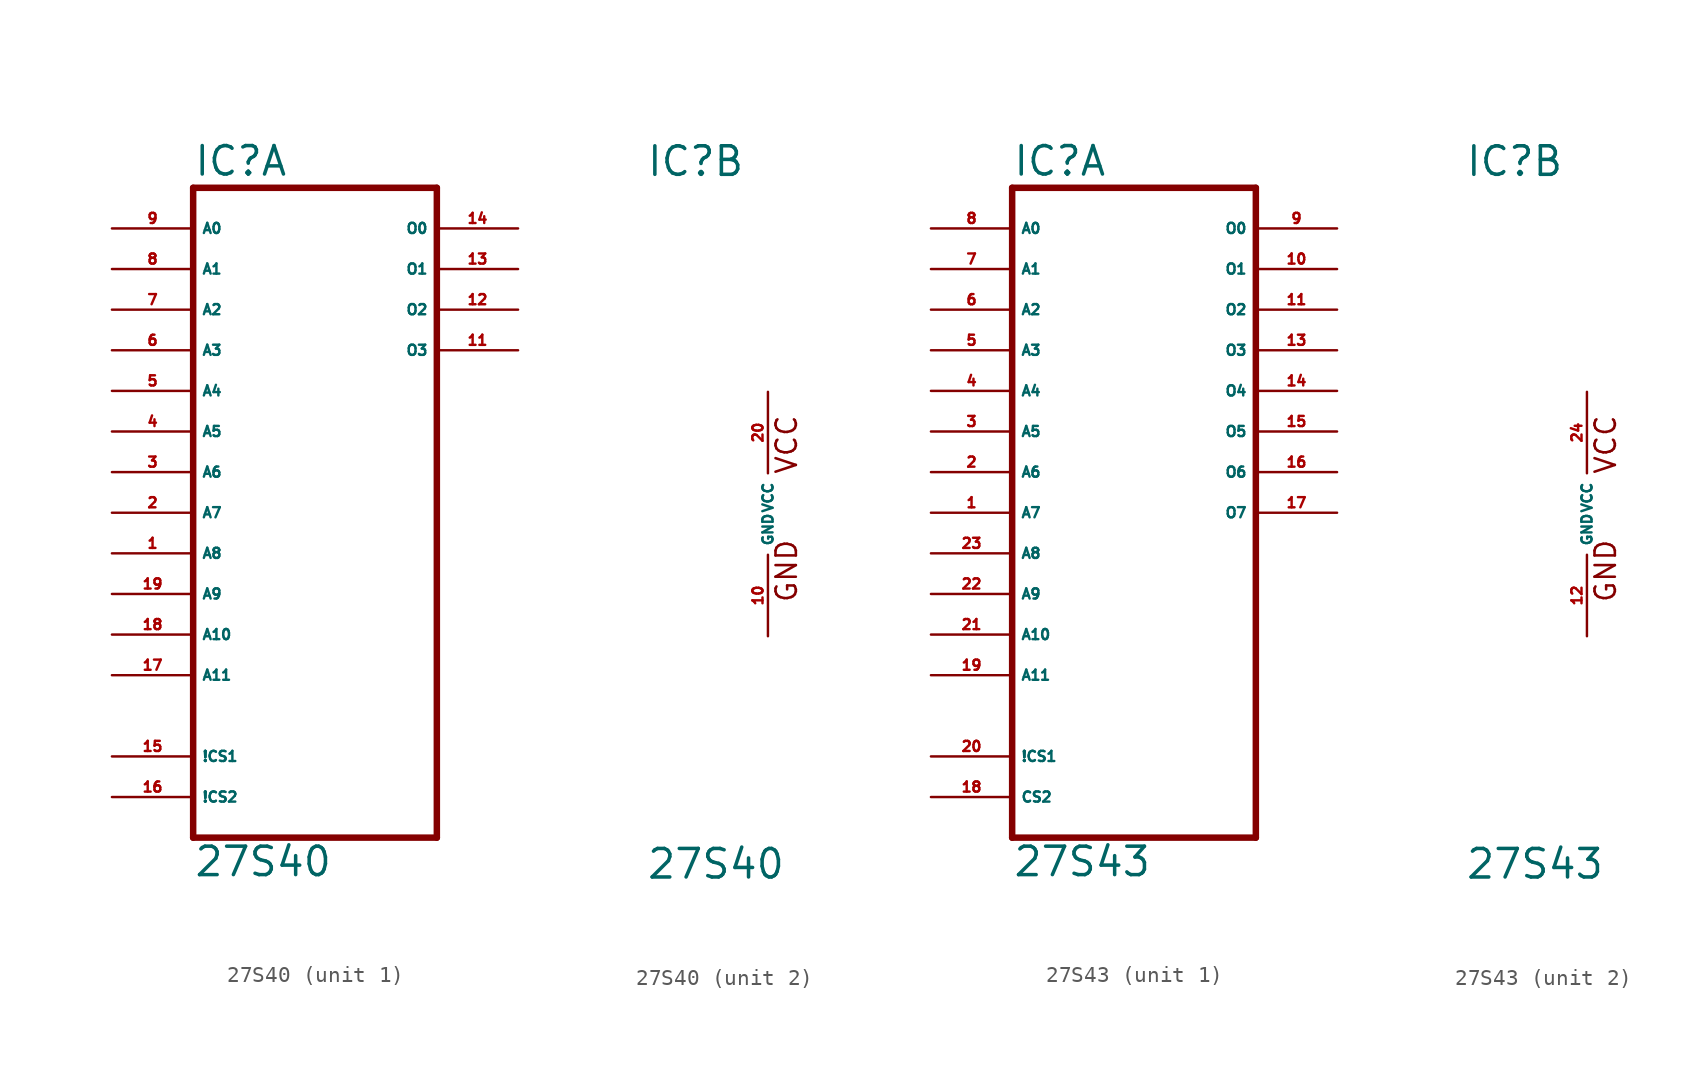
<source format=kicad_sym>
(kicad_symbol_lib
  (version 20220914)
  (generator Eagle2Kicad)
  (symbol "27S40"
    (property "Reference" "IC"
      (at -7.62 20.955 0)
      (effects (font (size 1.778 1.778) (thickness 0.22)) (justify left bottom)))
    (property "Value" "27S40"
      (at -7.62 -22.86 0)
      (effects (font (size 1.778 1.778) (thickness 0.22)) (justify left bottom)))
    (symbol "27S40_1_0"
      (polyline (pts (xy -7.62 -20.32) (xy 7.62 -20.32)) (stroke (width 0.406) (type default)) (fill (type none)))
      (polyline (pts (xy 7.62 -20.32) (xy 7.62 20.32)) (stroke (width 0.406) (type default)) (fill (type none)))
      (polyline (pts (xy 7.62 20.32) (xy -7.62 20.32)) (stroke (width 0.406) (type default)) (fill (type none)))
      (polyline (pts (xy -7.62 20.32) (xy -7.62 -20.32)) (stroke (width 0.406) (type default)) (fill (type none)))
      (pin input line (at -12.7 -2.54 0) (length 5.08) (name "A8" (effects (font (size 0.635 0.635) (thickness 0.08)) (justify left bottom))) (number "1" (effects (font (size 0.635 0.635) (thickness 0.08)) (justify left bottom))))
      (pin input line (at -12.7 0 0) (length 5.08) (name "A7" (effects (font (size 0.635 0.635) (thickness 0.08)) (justify left bottom))) (number "2" (effects (font (size 0.635 0.635) (thickness 0.08)) (justify left bottom))))
      (pin input line (at -12.7 2.54 0) (length 5.08) (name "A6" (effects (font (size 0.635 0.635) (thickness 0.08)) (justify left bottom))) (number "3" (effects (font (size 0.635 0.635) (thickness 0.08)) (justify left bottom))))
      (pin input line (at -12.7 5.08 0) (length 5.08) (name "A5" (effects (font (size 0.635 0.635) (thickness 0.08)) (justify left bottom))) (number "4" (effects (font (size 0.635 0.635) (thickness 0.08)) (justify left bottom))))
      (pin input line (at -12.7 7.62 0) (length 5.08) (name "A4" (effects (font (size 0.635 0.635) (thickness 0.08)) (justify left bottom))) (number "5" (effects (font (size 0.635 0.635) (thickness 0.08)) (justify left bottom))))
      (pin input line (at -12.7 10.16 0) (length 5.08) (name "A3" (effects (font (size 0.635 0.635) (thickness 0.08)) (justify left bottom))) (number "6" (effects (font (size 0.635 0.635) (thickness 0.08)) (justify left bottom))))
      (pin input line (at -12.7 12.7 0) (length 5.08) (name "A2" (effects (font (size 0.635 0.635) (thickness 0.08)) (justify left bottom))) (number "7" (effects (font (size 0.635 0.635) (thickness 0.08)) (justify left bottom))))
      (pin input line (at -12.7 15.24 0) (length 5.08) (name "A1" (effects (font (size 0.635 0.635) (thickness 0.08)) (justify left bottom))) (number "8" (effects (font (size 0.635 0.635) (thickness 0.08)) (justify left bottom))))
      (pin input line (at -12.7 17.78 0) (length 5.08) (name "A0" (effects (font (size 0.635 0.635) (thickness 0.08)) (justify left bottom))) (number "9" (effects (font (size 0.635 0.635) (thickness 0.08)) (justify left bottom))))
      (pin open_collector line (at 12.7 10.16 180) (length 5.08) (name "O3" (effects (font (size 0.635 0.635) (thickness 0.08)) (justify left bottom))) (number "11" (effects (font (size 0.635 0.635) (thickness 0.08)) (justify left bottom))))
      (pin open_collector line (at 12.7 12.7 180) (length 5.08) (name "O2" (effects (font (size 0.635 0.635) (thickness 0.08)) (justify left bottom))) (number "12" (effects (font (size 0.635 0.635) (thickness 0.08)) (justify left bottom))))
      (pin open_collector line (at 12.7 15.24 180) (length 5.08) (name "O1" (effects (font (size 0.635 0.635) (thickness 0.08)) (justify left bottom))) (number "13" (effects (font (size 0.635 0.635) (thickness 0.08)) (justify left bottom))))
      (pin open_collector line (at 12.7 17.78 180) (length 5.08) (name "O0" (effects (font (size 0.635 0.635) (thickness 0.08)) (justify left bottom))) (number "14" (effects (font (size 0.635 0.635) (thickness 0.08)) (justify left bottom))))
      (pin input line (at -12.7 -15.24 0) (length 5.08) (name "!CS1" (effects (font (size 0.635 0.635) (thickness 0.08)) (justify left bottom))) (number "15" (effects (font (size 0.635 0.635) (thickness 0.08)) (justify left bottom))))
      (pin input line (at -12.7 -17.78 0) (length 5.08) (name "!CS2" (effects (font (size 0.635 0.635) (thickness 0.08)) (justify left bottom))) (number "16" (effects (font (size 0.635 0.635) (thickness 0.08)) (justify left bottom))))
      (pin input line (at -12.7 -10.16 0) (length 5.08) (name "A11" (effects (font (size 0.635 0.635) (thickness 0.08)) (justify left bottom))) (number "17" (effects (font (size 0.635 0.635) (thickness 0.08)) (justify left bottom))))
      (pin input line (at -12.7 -7.62 0) (length 5.08) (name "A10" (effects (font (size 0.635 0.635) (thickness 0.08)) (justify left bottom))) (number "18" (effects (font (size 0.635 0.635) (thickness 0.08)) (justify left bottom))))
      (pin input line (at -12.7 -5.08 0) (length 5.08) (name "A9" (effects (font (size 0.635 0.635) (thickness 0.08)) (justify left bottom))) (number "19" (effects (font (size 0.635 0.635) (thickness 0.08)) (justify left bottom)))))
    (symbol "27S40_2_0"
      (text "GND" (at 1.905 -5.588 900) (effects (font (size 1.27 1.27) (thickness 0.16)) (justify left bottom)))
      (text "VCC" (at 1.905 2.413 900) (effects (font (size 1.27 1.27) (thickness 0.16)) (justify left bottom)))
      (pin unspecified line (at 0 -7.62 90) (length 5.08) (name "GND" (effects (font (size 0.635 0.635) (thickness 0.08)) (justify left bottom))) (number "10" (effects (font (size 0.635 0.635) (thickness 0.08)) (justify left bottom))))
      (pin unspecified line (at 0 7.62 270) (length 5.08) (name "VCC" (effects (font (size 0.635 0.635) (thickness 0.08)) (justify left bottom))) (number "20" (effects (font (size 0.635 0.635) (thickness 0.08)) (justify left bottom))))))
  (symbol "27S43"
    (property "Reference" "IC"
      (at -7.62 20.955 0)
      (effects (font (size 1.778 1.778) (thickness 0.22)) (justify left bottom)))
    (property "Value" "27S43"
      (at -7.62 -22.86 0)
      (effects (font (size 1.778 1.778) (thickness 0.22)) (justify left bottom)))
    (symbol "27S43_1_0"
      (polyline (pts (xy -7.62 -20.32) (xy 7.62 -20.32)) (stroke (width 0.406) (type default)) (fill (type none)))
      (polyline (pts (xy 7.62 -20.32) (xy 7.62 20.32)) (stroke (width 0.406) (type default)) (fill (type none)))
      (polyline (pts (xy 7.62 20.32) (xy -7.62 20.32)) (stroke (width 0.406) (type default)) (fill (type none)))
      (polyline (pts (xy -7.62 20.32) (xy -7.62 -20.32)) (stroke (width 0.406) (type default)) (fill (type none)))
      (pin input line (at -12.7 0 0) (length 5.08) (name "A7" (effects (font (size 0.635 0.635) (thickness 0.08)) (justify left bottom))) (number "1" (effects (font (size 0.635 0.635) (thickness 0.08)) (justify left bottom))))
      (pin input line (at -12.7 2.54 0) (length 5.08) (name "A6" (effects (font (size 0.635 0.635) (thickness 0.08)) (justify left bottom))) (number "2" (effects (font (size 0.635 0.635) (thickness 0.08)) (justify left bottom))))
      (pin input line (at -12.7 5.08 0) (length 5.08) (name "A5" (effects (font (size 0.635 0.635) (thickness 0.08)) (justify left bottom))) (number "3" (effects (font (size 0.635 0.635) (thickness 0.08)) (justify left bottom))))
      (pin input line (at -12.7 7.62 0) (length 5.08) (name "A4" (effects (font (size 0.635 0.635) (thickness 0.08)) (justify left bottom))) (number "4" (effects (font (size 0.635 0.635) (thickness 0.08)) (justify left bottom))))
      (pin input line (at -12.7 10.16 0) (length 5.08) (name "A3" (effects (font (size 0.635 0.635) (thickness 0.08)) (justify left bottom))) (number "5" (effects (font (size 0.635 0.635) (thickness 0.08)) (justify left bottom))))
      (pin input line (at -12.7 12.7 0) (length 5.08) (name "A2" (effects (font (size 0.635 0.635) (thickness 0.08)) (justify left bottom))) (number "6" (effects (font (size 0.635 0.635) (thickness 0.08)) (justify left bottom))))
      (pin input line (at -12.7 15.24 0) (length 5.08) (name "A1" (effects (font (size 0.635 0.635) (thickness 0.08)) (justify left bottom))) (number "7" (effects (font (size 0.635 0.635) (thickness 0.08)) (justify left bottom))))
      (pin input line (at -12.7 17.78 0) (length 5.08) (name "A0" (effects (font (size 0.635 0.635) (thickness 0.08)) (justify left bottom))) (number "8" (effects (font (size 0.635 0.635) (thickness 0.08)) (justify left bottom))))
      (pin tri_state line (at 12.7 17.78 180) (length 5.08) (name "O0" (effects (font (size 0.635 0.635) (thickness 0.08)) (justify left bottom))) (number "9" (effects (font (size 0.635 0.635) (thickness 0.08)) (justify left bottom))))
      (pin tri_state line (at 12.7 15.24 180) (length 5.08) (name "O1" (effects (font (size 0.635 0.635) (thickness 0.08)) (justify left bottom))) (number "10" (effects (font (size 0.635 0.635) (thickness 0.08)) (justify left bottom))))
      (pin tri_state line (at 12.7 12.7 180) (length 5.08) (name "O2" (effects (font (size 0.635 0.635) (thickness 0.08)) (justify left bottom))) (number "11" (effects (font (size 0.635 0.635) (thickness 0.08)) (justify left bottom))))
      (pin tri_state line (at 12.7 10.16 180) (length 5.08) (name "O3" (effects (font (size 0.635 0.635) (thickness 0.08)) (justify left bottom))) (number "13" (effects (font (size 0.635 0.635) (thickness 0.08)) (justify left bottom))))
      (pin tri_state line (at 12.7 7.62 180) (length 5.08) (name "O4" (effects (font (size 0.635 0.635) (thickness 0.08)) (justify left bottom))) (number "14" (effects (font (size 0.635 0.635) (thickness 0.08)) (justify left bottom))))
      (pin tri_state line (at 12.7 5.08 180) (length 5.08) (name "O5" (effects (font (size 0.635 0.635) (thickness 0.08)) (justify left bottom))) (number "15" (effects (font (size 0.635 0.635) (thickness 0.08)) (justify left bottom))))
      (pin tri_state line (at 12.7 2.54 180) (length 5.08) (name "O6" (effects (font (size 0.635 0.635) (thickness 0.08)) (justify left bottom))) (number "16" (effects (font (size 0.635 0.635) (thickness 0.08)) (justify left bottom))))
      (pin tri_state line (at 12.7 0 180) (length 5.08) (name "O7" (effects (font (size 0.635 0.635) (thickness 0.08)) (justify left bottom))) (number "17" (effects (font (size 0.635 0.635) (thickness 0.08)) (justify left bottom))))
      (pin input line (at -12.7 -17.78 0) (length 5.08) (name "CS2" (effects (font (size 0.635 0.635) (thickness 0.08)) (justify left bottom))) (number "18" (effects (font (size 0.635 0.635) (thickness 0.08)) (justify left bottom))))
      (pin input line (at -12.7 -10.16 0) (length 5.08) (name "A11" (effects (font (size 0.635 0.635) (thickness 0.08)) (justify left bottom))) (number "19" (effects (font (size 0.635 0.635) (thickness 0.08)) (justify left bottom))))
      (pin input line (at -12.7 -15.24 0) (length 5.08) (name "!CS1" (effects (font (size 0.635 0.635) (thickness 0.08)) (justify left bottom))) (number "20" (effects (font (size 0.635 0.635) (thickness 0.08)) (justify left bottom))))
      (pin input line (at -12.7 -7.62 0) (length 5.08) (name "A10" (effects (font (size 0.635 0.635) (thickness 0.08)) (justify left bottom))) (number "21" (effects (font (size 0.635 0.635) (thickness 0.08)) (justify left bottom))))
      (pin input line (at -12.7 -5.08 0) (length 5.08) (name "A9" (effects (font (size 0.635 0.635) (thickness 0.08)) (justify left bottom))) (number "22" (effects (font (size 0.635 0.635) (thickness 0.08)) (justify left bottom))))
      (pin input line (at -12.7 -2.54 0) (length 5.08) (name "A8" (effects (font (size 0.635 0.635) (thickness 0.08)) (justify left bottom))) (number "23" (effects (font (size 0.635 0.635) (thickness 0.08)) (justify left bottom)))))
    (symbol "27S43_2_0"
      (text "GND" (at 1.905 -5.588 900) (effects (font (size 1.27 1.27) (thickness 0.16)) (justify left bottom)))
      (text "VCC" (at 1.905 2.413 900) (effects (font (size 1.27 1.27) (thickness 0.16)) (justify left bottom)))
      (pin unspecified line (at 0 -7.62 90) (length 5.08) (name "GND" (effects (font (size 0.635 0.635) (thickness 0.08)) (justify left bottom))) (number "12" (effects (font (size 0.635 0.635) (thickness 0.08)) (justify left bottom))))
      (pin unspecified line (at 0 7.62 270) (length 5.08) (name "VCC" (effects (font (size 0.635 0.635) (thickness 0.08)) (justify left bottom))) (number "24" (effects (font (size 0.635 0.635) (thickness 0.08)) (justify left bottom)))))))
</source>
